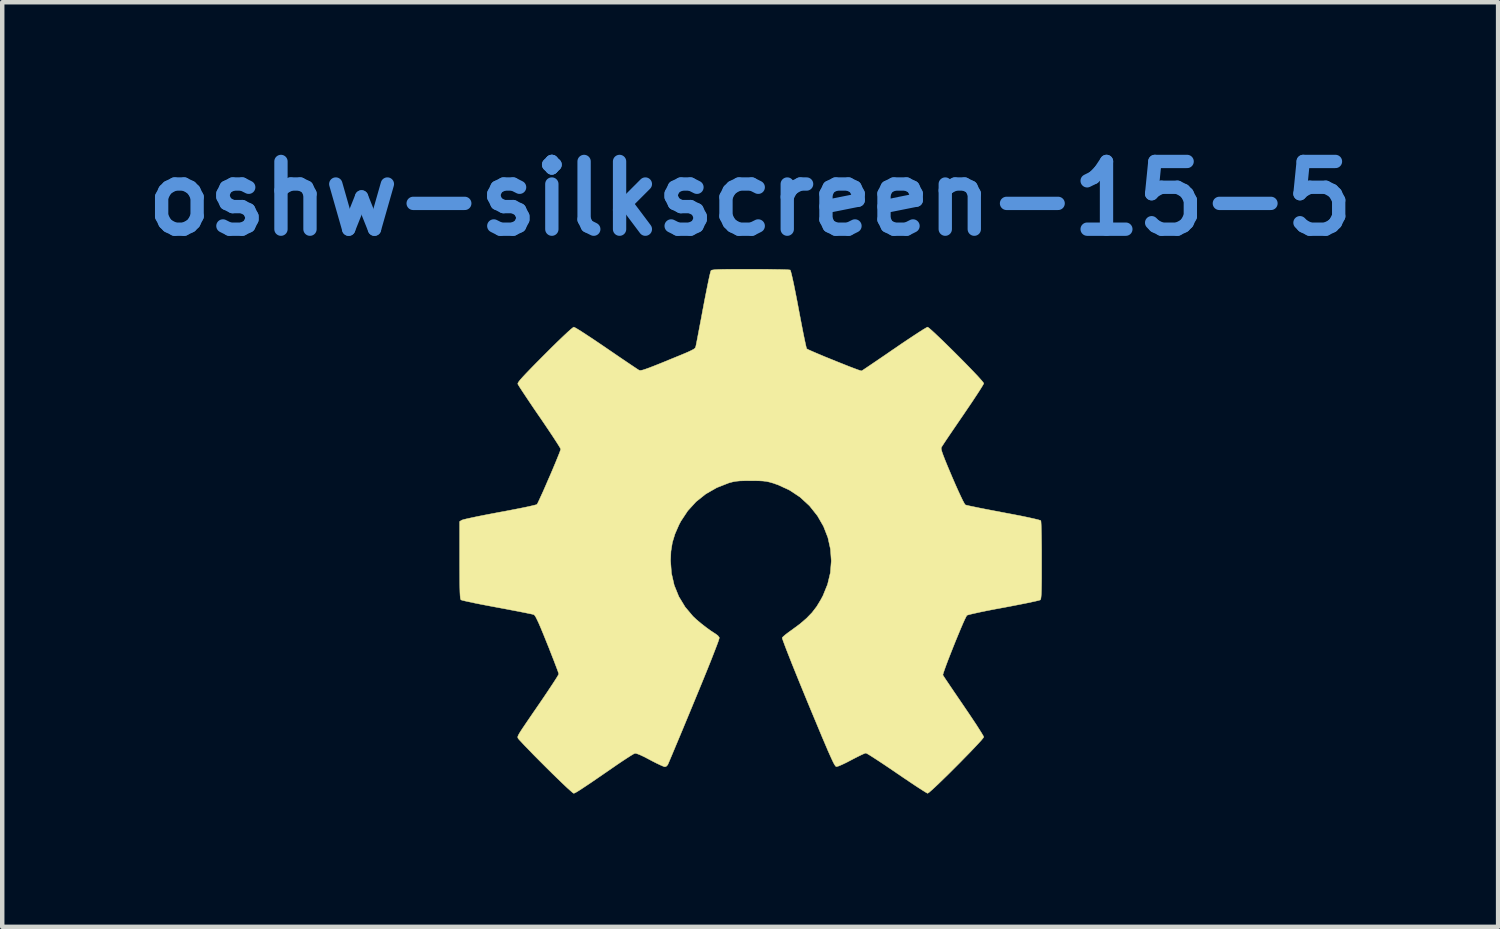
<source format=kicad_pcb>
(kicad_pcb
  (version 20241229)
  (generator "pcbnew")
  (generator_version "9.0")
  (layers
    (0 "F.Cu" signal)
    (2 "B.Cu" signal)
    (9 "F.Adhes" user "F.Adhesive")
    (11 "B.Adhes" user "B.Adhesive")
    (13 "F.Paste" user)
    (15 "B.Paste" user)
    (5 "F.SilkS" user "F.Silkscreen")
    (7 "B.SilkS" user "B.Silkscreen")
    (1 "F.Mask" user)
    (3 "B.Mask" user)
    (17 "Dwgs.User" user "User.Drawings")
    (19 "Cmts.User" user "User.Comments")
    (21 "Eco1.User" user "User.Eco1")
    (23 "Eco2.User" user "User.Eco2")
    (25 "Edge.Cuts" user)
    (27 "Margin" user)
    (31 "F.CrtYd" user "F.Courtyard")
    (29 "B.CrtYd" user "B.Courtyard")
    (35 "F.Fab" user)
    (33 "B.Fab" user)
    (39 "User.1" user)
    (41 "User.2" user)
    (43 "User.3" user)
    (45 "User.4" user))
  (footprint "oshw-silkscreen-15-5"
    (layer "F.Cu")
    (at 13.832 9.038)
    (property "Reference" "oshw-silkscreen-15-5" (at 0 -7.62 0) (layer "Cmts.User") (effects (font (size 1.524 1.524) (thickness 0.3))))
    (attr through_hole)
    (fp_poly (pts (xy 0.2 -6.029) (xy 0.379 -6.028) (xy 0.539 -6.025) (xy 0.676 -6.023) (xy 0.785 -6.02) (xy 0.86 -6.016) (xy 0.898 -6.012) (xy 0.901 -6.011) (xy 0.912 -5.985) (xy 0.93 -5.918) (xy 0.954 -5.814) (xy 0.984 -5.676) (xy 1.018 -5.506) (xy 1.057 -5.308) (xy 1.091 -5.127) (xy 1.127 -4.937) (xy 1.161 -4.76) (xy 1.192 -4.601) (xy 1.22 -4.465) (xy 1.243 -4.357) (xy 1.26 -4.282) (xy 1.271 -4.243) (xy 1.273 -4.24) (xy 1.3 -4.224) (xy 1.362 -4.196) (xy 1.451 -4.157) (xy 1.562 -4.11) (xy 1.688 -4.057) (xy 1.824 -4.002) (xy 1.962 -3.946) (xy 2.098 -3.892) (xy 2.223 -3.842) (xy 2.334 -3.8) (xy 2.422 -3.767) (xy 2.482 -3.747) (xy 2.507 -3.741) (xy 2.507 -3.741) (xy 2.53 -3.755) (xy 2.586 -3.792) (xy 2.669 -3.848) (xy 2.777 -3.921) (xy 2.905 -4.008) (xy 3.049 -4.106) (xy 3.204 -4.213) (xy 3.242 -4.238) (xy 3.4 -4.347) (xy 3.548 -4.446) (xy 3.682 -4.535) (xy 3.797 -4.61) (xy 3.889 -4.669) (xy 3.955 -4.708) (xy 3.989 -4.726) (xy 3.992 -4.727) (xy 4.017 -4.711) (xy 4.068 -4.668) (xy 4.141 -4.602) (xy 4.233 -4.515) (xy 4.339 -4.414) (xy 4.454 -4.301) (xy 4.576 -4.181) (xy 4.699 -4.058) (xy 4.819 -3.937) (xy 4.933 -3.82) (xy 5.036 -3.713) (xy 5.124 -3.62) (xy 5.192 -3.544) (xy 5.238 -3.49) (xy 5.257 -3.462) (xy 5.257 -3.461) (xy 5.245 -3.435) (xy 5.21 -3.376) (xy 5.156 -3.29) (xy 5.084 -3.18) (xy 4.999 -3.051) (xy 4.902 -2.908) (xy 4.797 -2.753) (xy 4.79 -2.743) (xy 4.684 -2.588) (xy 4.585 -2.443) (xy 4.496 -2.312) (xy 4.42 -2.2) (xy 4.361 -2.111) (xy 4.321 -2.049) (xy 4.303 -2.019) (xy 4.302 -2.019) (xy 4.299 -1.998) (xy 4.304 -1.964) (xy 4.319 -1.912) (xy 4.345 -1.839) (xy 4.384 -1.739) (xy 4.437 -1.609) (xy 4.506 -1.445) (xy 4.542 -1.36) (xy 4.613 -1.196) (xy 4.678 -1.05) (xy 4.736 -0.925) (xy 4.783 -0.827) (xy 4.819 -0.76) (xy 4.84 -0.728) (xy 4.842 -0.726) (xy 4.872 -0.718) (xy 4.94 -0.702) (xy 5.042 -0.681) (xy 5.172 -0.654) (xy 5.325 -0.624) (xy 5.497 -0.591) (xy 5.682 -0.556) (xy 5.702 -0.552) (xy 5.914 -0.512) (xy 6.1 -0.476) (xy 6.258 -0.443) (xy 6.384 -0.415) (xy 6.476 -0.393) (xy 6.529 -0.377) (xy 6.541 -0.371) (xy 6.545 -0.343) (xy 6.549 -0.276) (xy 6.552 -0.175) (xy 6.555 -0.044) (xy 6.557 0.111) (xy 6.559 0.285) (xy 6.559 0.475) (xy 6.559 0.522) (xy 6.559 0.746) (xy 6.559 0.93) (xy 6.557 1.077) (xy 6.555 1.192) (xy 6.552 1.278) (xy 6.547 1.339) (xy 6.542 1.38) (xy 6.535 1.403) (xy 6.529 1.412) (xy 6.5 1.422) (xy 6.434 1.438) (xy 6.334 1.46) (xy 6.206 1.487) (xy 6.054 1.517) (xy 5.885 1.55) (xy 5.706 1.584) (xy 5.505 1.621) (xy 5.325 1.656) (xy 5.17 1.688) (xy 5.043 1.716) (xy 4.949 1.738) (xy 4.892 1.754) (xy 4.877 1.761) (xy 4.86 1.79) (xy 4.829 1.852) (xy 4.788 1.943) (xy 4.739 2.057) (xy 4.685 2.187) (xy 4.627 2.327) (xy 4.569 2.472) (xy 4.512 2.616) (xy 4.459 2.751) (xy 4.413 2.873) (xy 4.376 2.975) (xy 4.35 3.051) (xy 4.337 3.096) (xy 4.337 3.104) (xy 4.352 3.128) (xy 4.388 3.184) (xy 4.445 3.268) (xy 4.517 3.375) (xy 4.603 3.502) (xy 4.7 3.644) (xy 4.802 3.794) (xy 4.906 3.947) (xy 5.002 4.09) (xy 5.087 4.218) (xy 5.157 4.328) (xy 5.211 4.414) (xy 5.245 4.472) (xy 5.257 4.498) (xy 5.241 4.523) (xy 5.199 4.574) (xy 5.132 4.647) (xy 5.046 4.739) (xy 4.945 4.845) (xy 4.832 4.96) (xy 4.713 5.082) (xy 4.59 5.205) (xy 4.469 5.326) (xy 4.353 5.439) (xy 4.246 5.543) (xy 4.153 5.631) (xy 4.077 5.7) (xy 4.024 5.746) (xy 3.996 5.764) (xy 3.995 5.765) (xy 3.969 5.753) (xy 3.912 5.718) (xy 3.827 5.664) (xy 3.718 5.593) (xy 3.591 5.508) (xy 3.448 5.412) (xy 3.301 5.312) (xy 3.149 5.208) (xy 3.006 5.112) (xy 2.879 5.028) (xy 2.771 4.958) (xy 2.686 4.904) (xy 2.628 4.87) (xy 2.604 4.859) (xy 2.571 4.869) (xy 2.508 4.897) (xy 2.422 4.939) (xy 2.322 4.99) (xy 2.275 5.015) (xy 2.164 5.073) (xy 2.067 5.119) (xy 1.992 5.151) (xy 1.945 5.164) (xy 1.938 5.164) (xy 1.927 5.158) (xy 1.913 5.141) (xy 1.893 5.11) (xy 1.868 5.063) (xy 1.837 4.997) (xy 1.797 4.909) (xy 1.747 4.797) (xy 1.688 4.658) (xy 1.616 4.489) (xy 1.532 4.287) (xy 1.433 4.05) (xy 1.319 3.776) (xy 1.299 3.728) (xy 1.201 3.489) (xy 1.108 3.262) (xy 1.022 3.05) (xy 0.944 2.857) (xy 0.876 2.684) (xy 0.818 2.537) (xy 0.773 2.418) (xy 0.741 2.331) (xy 0.723 2.278) (xy 0.721 2.264) (xy 0.743 2.239) (xy 0.794 2.195) (xy 0.866 2.14) (xy 0.936 2.09) (xy 1.119 1.955) (xy 1.268 1.827) (xy 1.392 1.699) (xy 1.498 1.561) (xy 1.592 1.405) (xy 1.639 1.317) (xy 1.742 1.063) (xy 1.805 0.801) (xy 1.826 0.535) (xy 1.807 0.269) (xy 1.749 0.009) (xy 1.651 -0.242) (xy 1.515 -0.479) (xy 1.342 -0.697) (xy 1.329 -0.711) (xy 1.122 -0.901) (xy 0.89 -1.055) (xy 0.632 -1.175) (xy 0.507 -1.218) (xy 0.434 -1.239) (xy 0.366 -1.254) (xy 0.291 -1.263) (xy 0.198 -1.268) (xy 0.076 -1.27) (xy 0.011 -1.27) (xy -0.126 -1.269) (xy -0.231 -1.266) (xy -0.313 -1.258) (xy -0.383 -1.246) (xy -0.453 -1.228) (xy -0.486 -1.218) (xy -0.755 -1.112) (xy -1 -0.971) (xy -1.218 -0.797) (xy -1.405 -0.592) (xy -1.56 -0.358) (xy -1.603 -0.276) (xy -1.692 -0.072) (xy -1.751 0.121) (xy -1.783 0.319) (xy -1.792 0.53) (xy -1.771 0.813) (xy -1.709 1.083) (xy -1.606 1.337) (xy -1.463 1.573) (xy -1.287 1.782) (xy -1.208 1.856) (xy -1.105 1.943) (xy -0.992 2.031) (xy -0.883 2.11) (xy -0.789 2.171) (xy -0.778 2.178) (xy -0.727 2.216) (xy -0.696 2.258) (xy -0.694 2.264) (xy -0.701 2.293) (xy -0.723 2.36) (xy -0.762 2.464) (xy -0.815 2.601) (xy -0.881 2.771) (xy -0.961 2.97) (xy -1.053 3.196) (xy -1.156 3.447) (xy -1.258 3.694) (xy -1.355 3.929) (xy -1.448 4.153) (xy -1.535 4.363) (xy -1.615 4.554) (xy -1.686 4.723) (xy -1.746 4.867) (xy -1.795 4.983) (xy -1.83 5.066) (xy -1.851 5.114) (xy -1.855 5.124) (xy -1.891 5.16) (xy -1.921 5.168) (xy -1.954 5.158) (xy -2.018 5.13) (xy -2.105 5.089) (xy -2.207 5.037) (xy -2.254 5.012) (xy -2.383 4.944) (xy -2.486 4.896) (xy -2.557 4.87) (xy -2.592 4.865) (xy -2.623 4.879) (xy -2.685 4.916) (xy -2.771 4.971) (xy -2.876 5.04) (xy -2.995 5.12) (xy -3.07 5.172) (xy -3.274 5.312) (xy -3.445 5.43) (xy -3.585 5.526) (xy -3.699 5.602) (xy -3.788 5.661) (xy -3.856 5.705) (xy -3.905 5.735) (xy -3.94 5.754) (xy -3.962 5.763) (xy -3.972 5.765) (xy -3.995 5.75) (xy -4.045 5.706) (xy -4.12 5.639) (xy -4.214 5.55) (xy -4.325 5.443) (xy -4.45 5.322) (xy -4.583 5.19) (xy -4.61 5.163) (xy -4.745 5.028) (xy -4.87 4.902) (xy -4.981 4.787) (xy -5.076 4.689) (xy -5.15 4.61) (xy -5.201 4.555) (xy -5.224 4.526) (xy -5.225 4.524) (xy -5.229 4.511) (xy -5.23 4.497) (xy -5.227 4.48) (xy -5.216 4.456) (xy -5.197 4.42) (xy -5.166 4.37) (xy -5.121 4.301) (xy -5.06 4.211) (xy -4.982 4.096) (xy -4.883 3.951) (xy -4.761 3.774) (xy -4.75 3.758) (xy -4.647 3.607) (xy -4.553 3.467) (xy -4.47 3.342) (xy -4.401 3.237) (xy -4.349 3.155) (xy -4.317 3.101) (xy -4.307 3.08) (xy -4.315 3.052) (xy -4.337 2.989) (xy -4.373 2.895) (xy -4.418 2.776) (xy -4.473 2.636) (xy -4.533 2.482) (xy -4.564 2.406) (xy -4.641 2.214) (xy -4.704 2.061) (xy -4.755 1.942) (xy -4.796 1.855) (xy -4.827 1.794) (xy -4.85 1.759) (xy -4.868 1.744) (xy -4.9 1.735) (xy -4.97 1.72) (xy -5.073 1.699) (xy -5.204 1.673) (xy -5.357 1.644) (xy -5.528 1.611) (xy -5.696 1.58) (xy -5.877 1.546) (xy -6.045 1.514) (xy -6.195 1.484) (xy -6.321 1.457) (xy -6.418 1.436) (xy -6.483 1.42) (xy -6.508 1.411) (xy -6.516 1.397) (xy -6.522 1.368) (xy -6.527 1.318) (xy -6.531 1.246) (xy -6.534 1.146) (xy -6.536 1.015) (xy -6.537 0.85) (xy -6.538 0.647) (xy -6.538 0.517) (xy -6.538 -0.352) (xy -6.488 -0.383) (xy -6.455 -0.394) (xy -6.385 -0.411) (xy -6.281 -0.434) (xy -6.149 -0.462) (xy -5.994 -0.493) (xy -5.822 -0.526) (xy -5.637 -0.561) (xy -5.632 -0.562) (xy -5.448 -0.596) (xy -5.278 -0.629) (xy -5.125 -0.659) (xy -4.996 -0.686) (xy -4.896 -0.709) (xy -4.828 -0.726) (xy -4.799 -0.736) (xy -4.798 -0.737) (xy -4.782 -0.764) (xy -4.752 -0.826) (xy -4.711 -0.916) (xy -4.66 -1.027) (xy -4.604 -1.155) (xy -4.545 -1.292) (xy -4.484 -1.431) (xy -4.426 -1.568) (xy -4.373 -1.695) (xy -4.328 -1.806) (xy -4.292 -1.895) (xy -4.27 -1.956) (xy -4.263 -1.981) (xy -4.275 -2.006) (xy -4.31 -2.064) (xy -4.364 -2.149) (xy -4.435 -2.258) (xy -4.521 -2.387) (xy -4.618 -2.531) (xy -4.723 -2.686) (xy -4.74 -2.71) (xy -4.848 -2.867) (xy -4.947 -3.014) (xy -5.036 -3.147) (xy -5.111 -3.26) (xy -5.171 -3.351) (xy -5.211 -3.415) (xy -5.229 -3.447) (xy -5.229 -3.449) (xy -5.226 -3.467) (xy -5.208 -3.497) (xy -5.173 -3.542) (xy -5.118 -3.604) (xy -5.041 -3.686) (xy -4.94 -3.791) (xy -4.813 -3.921) (xy -4.657 -4.078) (xy -4.625 -4.11) (xy -4.469 -4.266) (xy -4.329 -4.403) (xy -4.208 -4.519) (xy -4.11 -4.611) (xy -4.035 -4.678) (xy -3.986 -4.717) (xy -3.968 -4.727) (xy -3.941 -4.714) (xy -3.882 -4.68) (xy -3.795 -4.626) (xy -3.685 -4.554) (xy -3.555 -4.469) (xy -3.411 -4.372) (xy -3.256 -4.267) (xy -3.239 -4.255) (xy -3.082 -4.148) (xy -2.936 -4.048) (xy -2.803 -3.958) (xy -2.69 -3.882) (xy -2.599 -3.821) (xy -2.536 -3.779) (xy -2.504 -3.759) (xy -2.503 -3.758) (xy -2.483 -3.752) (xy -2.455 -3.753) (xy -2.413 -3.762) (xy -2.352 -3.782) (xy -2.268 -3.812) (xy -2.155 -3.856) (xy -2.009 -3.914) (xy -1.906 -3.956) (xy -1.724 -4.031) (xy -1.579 -4.09) (xy -1.466 -4.137) (xy -1.381 -4.174) (xy -1.321 -4.203) (xy -1.279 -4.225) (xy -1.253 -4.242) (xy -1.238 -4.258) (xy -1.23 -4.273) (xy -1.226 -4.283) (xy -1.219 -4.314) (xy -1.205 -4.383) (xy -1.185 -4.486) (xy -1.16 -4.617) (xy -1.131 -4.771) (xy -1.098 -4.943) (xy -1.064 -5.128) (xy -1.06 -5.147) (xy -1.025 -5.333) (xy -0.991 -5.505) (xy -0.96 -5.66) (xy -0.933 -5.791) (xy -0.91 -5.895) (xy -0.893 -5.965) (xy -0.882 -5.998) (xy -0.882 -5.999) (xy -0.869 -6.007) (xy -0.841 -6.013) (xy -0.795 -6.019) (xy -0.728 -6.023) (xy -0.634 -6.026) (xy -0.511 -6.028) (xy -0.354 -6.029) (xy -0.159 -6.029) (xy 0.008 -6.029) (xy 0.2 -6.029)) (stroke (width 0.01) (type solid)) (fill yes) (layer "F.SilkS")))
  (gr_rect
    (start -3 -3)
    (end 30.664 17.808)
    (stroke (width 0.1) (type default))
    (fill no)
    (layer "Edge.Cuts")))
</source>
